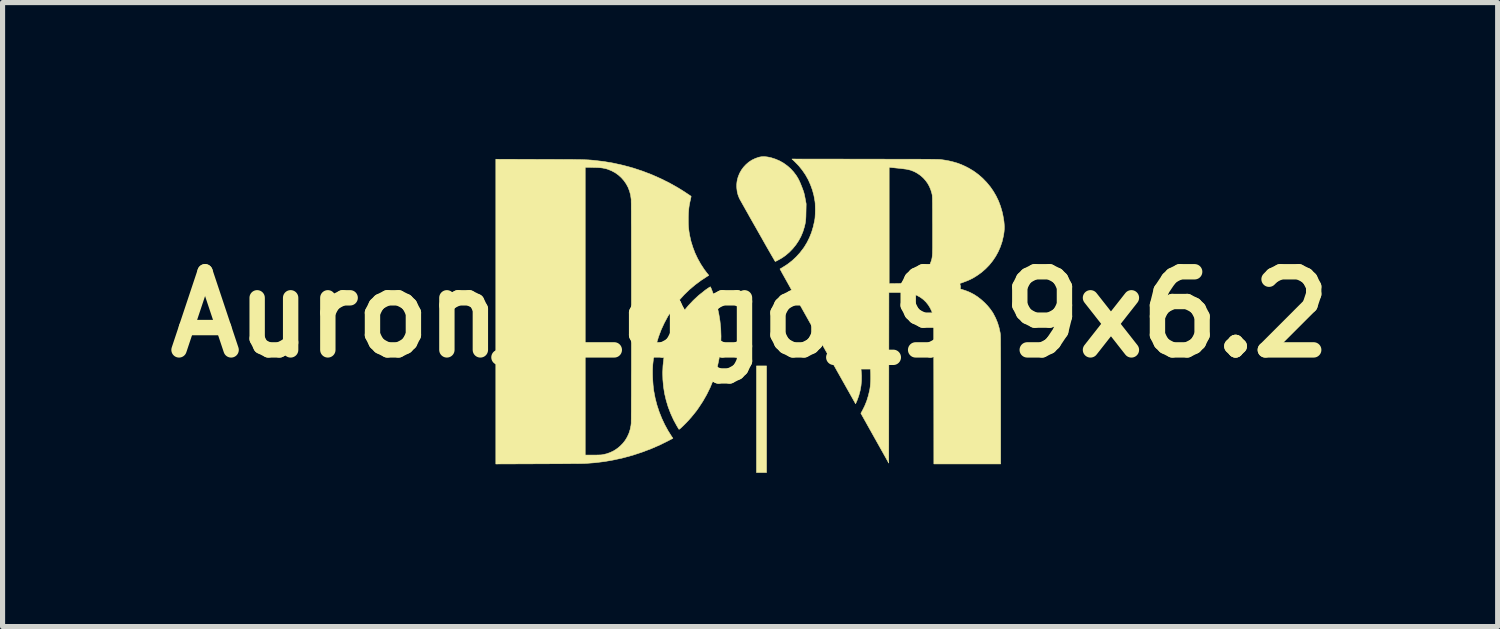
<source format=kicad_pcb>
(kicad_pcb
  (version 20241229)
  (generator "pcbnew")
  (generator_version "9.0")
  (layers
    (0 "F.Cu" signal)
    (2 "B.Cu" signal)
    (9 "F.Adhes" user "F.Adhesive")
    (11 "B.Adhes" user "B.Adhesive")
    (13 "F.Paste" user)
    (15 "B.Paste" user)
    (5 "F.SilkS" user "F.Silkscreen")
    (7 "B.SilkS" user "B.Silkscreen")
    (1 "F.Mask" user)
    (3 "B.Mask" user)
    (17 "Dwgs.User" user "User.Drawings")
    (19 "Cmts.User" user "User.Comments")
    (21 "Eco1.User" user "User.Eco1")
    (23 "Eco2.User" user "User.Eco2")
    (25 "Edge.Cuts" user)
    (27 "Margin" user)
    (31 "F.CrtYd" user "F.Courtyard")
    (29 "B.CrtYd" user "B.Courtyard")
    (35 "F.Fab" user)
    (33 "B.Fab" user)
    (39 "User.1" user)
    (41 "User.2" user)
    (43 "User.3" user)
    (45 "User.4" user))
  (footprint "Auron_Logo_9.9x6.2"
    (layer "F.Cu")
    (at 11.582 3.086)
    (property "Reference" "Auron_Logo_9.9x6.2" (at 0 0 0) (layer "F.SilkS") (effects (font (size 1.524 1.524) (thickness 0.3))))
    (attr through_hole)
    (fp_poly (pts (xy 0.321 3.082) (xy 0.125 3.082) (xy 0.125 1.002) (xy 0.321 1.002) (xy 0.321 3.082)) (stroke (width 0.01) (type solid)) (fill yes) (layer "F.SilkS"))
    (fp_poly (pts (xy -0.774 -0.541) (xy -0.77 -0.534) (xy -0.764 -0.52) (xy -0.755 -0.5) (xy -0.745 -0.474) (xy -0.734 -0.446) (xy -0.723 -0.415) (xy -0.711 -0.384) (xy -0.701 -0.354) (xy -0.691 -0.325) (xy -0.686 -0.312) (xy -0.644 -0.166) (xy -0.611 -0.019) (xy -0.587 0.128) (xy -0.572 0.276) (xy -0.567 0.424) (xy -0.571 0.572) (xy -0.584 0.719) (xy -0.606 0.865) (xy -0.636 1.009) (xy -0.676 1.151) (xy -0.724 1.291) (xy -0.781 1.428) (xy -0.847 1.562) (xy -0.922 1.693) (xy -1.005 1.819) (xy -1.042 1.872) (xy -1.088 1.93) (xy -1.138 1.991) (xy -1.191 2.052) (xy -1.246 2.111) (xy -1.3 2.165) (xy -1.343 2.206) (xy -1.362 2.223) (xy -1.375 2.233) (xy -1.384 2.238) (xy -1.388 2.237) (xy -1.389 2.237) (xy -1.393 2.231) (xy -1.401 2.218) (xy -1.411 2.2) (xy -1.423 2.18) (xy -1.426 2.176) (xy -1.492 2.055) (xy -1.549 1.93) (xy -1.598 1.802) (xy -1.637 1.672) (xy -1.668 1.54) (xy -1.689 1.406) (xy -1.701 1.272) (xy -1.705 1.136) (xy -1.699 1) (xy -1.684 0.865) (xy -1.659 0.73) (xy -1.626 0.596) (xy -1.608 0.537) (xy -1.56 0.405) (xy -1.505 0.279) (xy -1.441 0.157) (xy -1.369 0.04) (xy -1.29 -0.071) (xy -1.202 -0.177) (xy -1.107 -0.277) (xy -1.005 -0.372) (xy -0.894 -0.46) (xy -0.894 -0.461) (xy -0.866 -0.482) (xy -0.84 -0.5) (xy -0.816 -0.516) (xy -0.797 -0.529) (xy -0.783 -0.537) (xy -0.775 -0.541) (xy -0.774 -0.541)) (stroke (width 0.01) (type solid)) (fill yes) (layer "F.SilkS"))
    (fp_poly (pts (xy 0.3 -3.079) (xy 0.348 -3.073) (xy 0.402 -3.061) (xy 0.416 -3.058) (xy 0.496 -3.032) (xy 0.575 -2.998) (xy 0.65 -2.956) (xy 0.72 -2.906) (xy 0.786 -2.849) (xy 0.845 -2.786) (xy 0.897 -2.718) (xy 0.907 -2.703) (xy 0.923 -2.677) (xy 0.938 -2.651) (xy 0.952 -2.624) (xy 0.967 -2.593) (xy 0.982 -2.558) (xy 0.999 -2.516) (xy 1.014 -2.478) (xy 1.027 -2.444) (xy 1.037 -2.416) (xy 1.045 -2.392) (xy 1.052 -2.37) (xy 1.057 -2.348) (xy 1.063 -2.323) (xy 1.069 -2.292) (xy 1.074 -2.266) (xy 1.094 -2.159) (xy 1.091 -2.01) (xy 1.09 -1.958) (xy 1.089 -1.913) (xy 1.087 -1.875) (xy 1.084 -1.841) (xy 1.081 -1.811) (xy 1.076 -1.782) (xy 1.07 -1.753) (xy 1.063 -1.723) (xy 1.059 -1.708) (xy 1.03 -1.615) (xy 0.993 -1.526) (xy 0.947 -1.441) (xy 0.893 -1.36) (xy 0.832 -1.285) (xy 0.764 -1.215) (xy 0.69 -1.152) (xy 0.627 -1.108) (xy 0.61 -1.098) (xy 0.59 -1.086) (xy 0.568 -1.074) (xy 0.546 -1.062) (xy 0.525 -1.051) (xy 0.508 -1.042) (xy 0.495 -1.037) (xy 0.49 -1.035) (xy 0.488 -1.04) (xy 0.48 -1.052) (xy 0.469 -1.071) (xy 0.454 -1.097) (xy 0.435 -1.13) (xy 0.412 -1.169) (xy 0.387 -1.213) (xy 0.358 -1.263) (xy 0.327 -1.317) (xy 0.294 -1.375) (xy 0.259 -1.437) (xy 0.222 -1.503) (xy 0.183 -1.571) (xy 0.144 -1.64) (xy 0.104 -1.711) (xy 0.065 -1.779) (xy 0.027 -1.846) (xy -0.009 -1.909) (xy -0.042 -1.969) (xy -0.074 -2.025) (xy -0.103 -2.077) (xy -0.129 -2.123) (xy -0.152 -2.164) (xy -0.172 -2.2) (xy -0.188 -2.228) (xy -0.2 -2.25) (xy -0.208 -2.265) (xy -0.211 -2.271) (xy -0.235 -2.333) (xy -0.251 -2.395) (xy -0.259 -2.461) (xy -0.261 -2.502) (xy -0.26 -2.547) (xy -0.256 -2.586) (xy -0.25 -2.623) (xy -0.24 -2.661) (xy -0.232 -2.688) (xy -0.205 -2.755) (xy -0.17 -2.817) (xy -0.128 -2.875) (xy -0.079 -2.927) (xy -0.025 -2.974) (xy 0.035 -3.013) (xy 0.099 -3.044) (xy 0.167 -3.068) (xy 0.175 -3.07) (xy 0.216 -3.078) (xy 0.257 -3.081) (xy 0.3 -3.079)) (stroke (width 0.01) (type solid)) (fill yes) (layer "F.SilkS"))
    (fp_poly (pts (xy -4.108 -3.027) (xy -3.999 -3.027) (xy -3.9 -3.027) (xy -3.808 -3.026) (xy -3.725 -3.026) (xy -3.65 -3.026) (xy -3.581 -3.025) (xy -3.519 -3.025) (xy -3.464 -3.025) (xy -3.413 -3.024) (xy -3.368 -3.023) (xy -3.328 -3.023) (xy -3.292 -3.022) (xy -3.259 -3.021) (xy -3.229 -3.02) (xy -3.203 -3.019) (xy -3.178 -3.018) (xy -3.155 -3.017) (xy -3.133 -3.015) (xy -3.111 -3.014) (xy -3.09 -3.012) (xy -3.068 -3.01) (xy -3.046 -3.008) (xy -3.036 -3.007) (xy -2.844 -2.984) (xy -2.655 -2.951) (xy -2.467 -2.909) (xy -2.281 -2.858) (xy -2.099 -2.798) (xy -1.919 -2.729) (xy -1.743 -2.651) (xy -1.57 -2.565) (xy -1.402 -2.47) (xy -1.342 -2.433) (xy -1.322 -2.421) (xy -1.298 -2.405) (xy -1.272 -2.389) (xy -1.246 -2.371) (xy -1.22 -2.354) (xy -1.196 -2.338) (xy -1.176 -2.325) (xy -1.161 -2.314) (xy -1.152 -2.308) (xy -1.15 -2.307) (xy -1.151 -2.302) (xy -1.153 -2.289) (xy -1.157 -2.271) (xy -1.161 -2.251) (xy -1.175 -2.19) (xy -1.186 -2.134) (xy -1.194 -2.079) (xy -1.199 -2.023) (xy -1.203 -1.964) (xy -1.205 -1.9) (xy -1.205 -1.852) (xy -1.205 -1.802) (xy -1.204 -1.758) (xy -1.202 -1.72) (xy -1.199 -1.684) (xy -1.195 -1.649) (xy -1.19 -1.612) (xy -1.183 -1.57) (xy -1.179 -1.546) (xy -1.153 -1.429) (xy -1.117 -1.314) (xy -1.074 -1.2) (xy -1.022 -1.09) (xy -0.962 -0.983) (xy -0.896 -0.882) (xy -0.842 -0.81) (xy -0.805 -0.765) (xy -0.837 -0.745) (xy -0.959 -0.665) (xy -1.075 -0.578) (xy -1.185 -0.485) (xy -1.287 -0.386) (xy -1.382 -0.281) (xy -1.47 -0.171) (xy -1.527 -0.089) (xy -1.605 0.037) (xy -1.674 0.166) (xy -1.735 0.298) (xy -1.786 0.434) (xy -1.828 0.573) (xy -1.861 0.715) (xy -1.885 0.861) (xy -1.898 0.976) (xy -1.901 1.032) (xy -1.903 1.095) (xy -1.903 1.163) (xy -1.901 1.234) (xy -1.897 1.305) (xy -1.892 1.375) (xy -1.885 1.44) (xy -1.877 1.5) (xy -1.876 1.502) (xy -1.851 1.634) (xy -1.817 1.765) (xy -1.774 1.896) (xy -1.723 2.024) (xy -1.665 2.148) (xy -1.6 2.267) (xy -1.538 2.366) (xy -1.505 2.414) (xy -1.589 2.458) (xy -1.757 2.542) (xy -1.93 2.617) (xy -2.107 2.684) (xy -2.286 2.743) (xy -2.468 2.793) (xy -2.652 2.834) (xy -2.836 2.867) (xy -3.021 2.89) (xy -3.206 2.904) (xy -3.276 2.906) (xy -3.29 2.907) (xy -3.313 2.907) (xy -3.345 2.907) (xy -3.385 2.908) (xy -3.432 2.908) (xy -3.485 2.908) (xy -3.545 2.909) (xy -3.61 2.909) (xy -3.681 2.91) (xy -3.756 2.91) (xy -3.835 2.91) (xy -3.917 2.911) (xy -4.001 2.911) (xy -4.088 2.911) (xy -4.161 2.912) (xy -4.96 2.915) (xy -4.96 2.741) (xy -3.216 2.741) (xy -3.068 2.741) (xy -3.017 2.741) (xy -2.974 2.74) (xy -2.939 2.739) (xy -2.912 2.738) (xy -2.89 2.736) (xy -2.88 2.734) (xy -2.802 2.717) (xy -2.728 2.691) (xy -2.658 2.657) (xy -2.594 2.615) (xy -2.535 2.567) (xy -2.482 2.513) (xy -2.435 2.453) (xy -2.396 2.388) (xy -2.364 2.318) (xy -2.34 2.243) (xy -2.324 2.165) (xy -2.32 2.128) (xy -2.319 2.119) (xy -2.319 2.1) (xy -2.319 2.073) (xy -2.318 2.037) (xy -2.318 1.993) (xy -2.318 1.942) (xy -2.317 1.883) (xy -2.317 1.817) (xy -2.317 1.745) (xy -2.317 1.666) (xy -2.316 1.582) (xy -2.316 1.492) (xy -2.316 1.397) (xy -2.316 1.298) (xy -2.316 1.194) (xy -2.315 1.086) (xy -2.315 0.975) (xy -2.315 0.86) (xy -2.315 0.742) (xy -2.315 0.623) (xy -2.315 0.501) (xy -2.315 0.377) (xy -2.315 0.252) (xy -2.315 0.126) (xy -2.315 -0.00018) (xy -2.315 -0.127) (xy -2.315 -0.253) (xy -2.315 -0.379) (xy -2.315 -0.504) (xy -2.315 -0.628) (xy -2.315 -0.749) (xy -2.315 -0.869) (xy -2.315 -0.987) (xy -2.315 -1.101) (xy -2.315 -1.213) (xy -2.316 -1.32) (xy -2.316 -1.424) (xy -2.316 -1.524) (xy -2.316 -1.619) (xy -2.316 -1.708) (xy -2.317 -1.793) (xy -2.317 -1.871) (xy -2.317 -1.943) (xy -2.317 -2.009) (xy -2.318 -2.068) (xy -2.318 -2.119) (xy -2.318 -2.163) (xy -2.319 -2.198) (xy -2.319 -2.225) (xy -2.319 -2.243) (xy -2.32 -2.252) (xy -2.331 -2.332) (xy -2.352 -2.409) (xy -2.38 -2.482) (xy -2.417 -2.55) (xy -2.461 -2.613) (xy -2.511 -2.67) (xy -2.569 -2.722) (xy -2.632 -2.767) (xy -2.701 -2.804) (xy -2.775 -2.834) (xy -2.808 -2.844) (xy -2.842 -2.852) (xy -2.88 -2.859) (xy -2.921 -2.864) (xy -2.967 -2.867) (xy -3.02 -2.869) (xy -3.081 -2.87) (xy -3.109 -2.871) (xy -3.216 -2.871) (xy -3.216 2.741) (xy -4.96 2.741) (xy -4.96 -3.03) (xy -4.108 -3.027)) (stroke (width 0.01) (type solid)) (fill yes) (layer "F.SilkS"))
    (fp_poly (pts (xy 2.24 -3.032) (xy 2.389 -3.032) (xy 2.528 -3.032) (xy 2.657 -3.031) (xy 2.778 -3.031) (xy 2.891 -3.031) (xy 2.994 -3.031) (xy 3.09 -3.031) (xy 3.178 -3.03) (xy 3.258 -3.03) (xy 3.331 -3.03) (xy 3.397 -3.029) (xy 3.455 -3.029) (xy 3.507 -3.029) (xy 3.552 -3.028) (xy 3.592 -3.028) (xy 3.625 -3.027) (xy 3.652 -3.027) (xy 3.674 -3.026) (xy 3.691 -3.026) (xy 3.703 -3.025) (xy 3.709 -3.025) (xy 3.8 -3.012) (xy 3.882 -2.997) (xy 3.957 -2.979) (xy 4.027 -2.959) (xy 4.062 -2.948) (xy 4.167 -2.905) (xy 4.267 -2.855) (xy 4.363 -2.797) (xy 4.453 -2.731) (xy 4.537 -2.658) (xy 4.615 -2.577) (xy 4.687 -2.49) (xy 4.745 -2.406) (xy 4.8 -2.312) (xy 4.847 -2.214) (xy 4.886 -2.11) (xy 4.917 -2.004) (xy 4.931 -1.941) (xy 4.943 -1.875) (xy 4.952 -1.817) (xy 4.957 -1.764) (xy 4.96 -1.714) (xy 4.959 -1.666) (xy 4.955 -1.617) (xy 4.948 -1.567) (xy 4.94 -1.524) (xy 4.916 -1.421) (xy 4.882 -1.321) (xy 4.84 -1.225) (xy 4.79 -1.134) (xy 4.732 -1.048) (xy 4.667 -0.967) (xy 4.594 -0.892) (xy 4.515 -0.823) (xy 4.428 -0.761) (xy 4.367 -0.723) (xy 4.341 -0.708) (xy 4.315 -0.695) (xy 4.287 -0.681) (xy 4.258 -0.668) (xy 4.226 -0.655) (xy 4.189 -0.641) (xy 4.147 -0.625) (xy 4.099 -0.608) (xy 4.043 -0.59) (xy 3.991 -0.572) (xy 3.958 -0.561) (xy 3.93 -0.551) (xy 3.908 -0.543) (xy 3.892 -0.536) (xy 3.884 -0.532) (xy 3.883 -0.531) (xy 3.891 -0.529) (xy 3.905 -0.528) (xy 3.917 -0.527) (xy 3.964 -0.525) (xy 4.018 -0.517) (xy 4.075 -0.505) (xy 4.135 -0.489) (xy 4.195 -0.47) (xy 4.253 -0.448) (xy 4.296 -0.429) (xy 4.367 -0.392) (xy 4.438 -0.346) (xy 4.506 -0.293) (xy 4.571 -0.235) (xy 4.632 -0.172) (xy 4.686 -0.106) (xy 4.733 -0.039) (xy 4.745 -0.018) (xy 4.79 0.069) (xy 4.828 0.161) (xy 4.857 0.256) (xy 4.878 0.353) (xy 4.883 0.393) (xy 4.884 0.403) (xy 4.884 0.422) (xy 4.885 0.45) (xy 4.886 0.488) (xy 4.886 0.535) (xy 4.886 0.591) (xy 4.887 0.657) (xy 4.887 0.733) (xy 4.887 0.817) (xy 4.888 0.912) (xy 4.888 1.015) (xy 4.888 1.128) (xy 4.888 1.251) (xy 4.888 1.383) (xy 4.888 1.525) (xy 4.888 1.674) (xy 4.888 2.914) (xy 3.585 2.914) (xy 3.584 1.487) (xy 3.582 0.06) (xy 3.571 0.019) (xy 3.547 -0.056) (xy 3.515 -0.125) (xy 3.476 -0.188) (xy 3.43 -0.245) (xy 3.378 -0.295) (xy 3.319 -0.338) (xy 3.265 -0.368) (xy 3.235 -0.383) (xy 3.207 -0.395) (xy 3.178 -0.405) (xy 3.148 -0.413) (xy 3.116 -0.419) (xy 3.08 -0.424) (xy 3.039 -0.427) (xy 2.993 -0.429) (xy 2.94 -0.431) (xy 2.879 -0.431) (xy 2.861 -0.431) (xy 2.708 -0.431) (xy 2.705 2.897) (xy 2.433 2.412) (xy 2.161 1.926) (xy 2.188 1.879) (xy 2.235 1.785) (xy 2.275 1.687) (xy 2.307 1.583) (xy 2.333 1.474) (xy 2.337 1.45) (xy 2.343 1.41) (xy 2.347 1.363) (xy 2.351 1.312) (xy 2.353 1.257) (xy 2.353 1.203) (xy 2.352 1.151) (xy 2.351 1.125) (xy 2.347 1.064) (xy 2.163 1.064) (xy 2.167 1.094) (xy 2.174 1.191) (xy 2.173 1.29) (xy 2.164 1.389) (xy 2.146 1.488) (xy 2.12 1.584) (xy 2.087 1.676) (xy 2.072 1.71) (xy 2.058 1.74) (xy 1.318 0.426) (xy 1.26 0.322) (xy 1.202 0.22) (xy 1.146 0.12) (xy 1.092 0.023) (xy 1.039 -0.071) (xy 0.989 -0.161) (xy 0.94 -0.247) (xy 0.894 -0.33) (xy 0.85 -0.408) (xy 0.809 -0.481) (xy 0.771 -0.55) (xy 0.736 -0.613) (xy 0.704 -0.67) (xy 0.675 -0.722) (xy 0.65 -0.767) (xy 0.628 -0.806) (xy 0.611 -0.838) (xy 0.598 -0.862) (xy 0.588 -0.879) (xy 0.584 -0.888) (xy 0.583 -0.89) (xy 0.591 -0.894) (xy 0.605 -0.902) (xy 0.624 -0.913) (xy 0.646 -0.927) (xy 0.67 -0.942) (xy 0.694 -0.957) (xy 0.715 -0.971) (xy 0.733 -0.983) (xy 0.738 -0.987) (xy 0.822 -1.052) (xy 0.9 -1.125) (xy 0.973 -1.205) (xy 1.04 -1.292) (xy 1.058 -1.318) (xy 1.112 -1.407) (xy 1.159 -1.502) (xy 1.199 -1.602) (xy 1.231 -1.708) (xy 1.256 -1.818) (xy 1.264 -1.862) (xy 1.267 -1.888) (xy 1.269 -1.921) (xy 1.271 -1.96) (xy 1.272 -2.002) (xy 1.273 -2.046) (xy 1.272 -2.09) (xy 1.271 -2.13) (xy 1.27 -2.166) (xy 1.267 -2.196) (xy 1.266 -2.205) (xy 1.246 -2.318) (xy 1.217 -2.427) (xy 1.179 -2.532) (xy 1.134 -2.632) (xy 1.08 -2.728) (xy 1.018 -2.818) (xy 0.975 -2.871) (xy 2.713 -2.871) (xy 2.713 -0.603) (xy 2.872 -0.605) (xy 2.919 -0.606) (xy 2.957 -0.607) (xy 2.988 -0.608) (xy 3.013 -0.609) (xy 3.032 -0.61) (xy 3.048 -0.612) (xy 3.061 -0.614) (xy 3.067 -0.616) (xy 3.137 -0.636) (xy 3.205 -0.663) (xy 3.213 -0.667) (xy 3.278 -0.703) (xy 3.337 -0.746) (xy 3.391 -0.797) (xy 3.438 -0.854) (xy 3.479 -0.917) (xy 3.512 -0.984) (xy 3.531 -1.037) (xy 3.536 -1.051) (xy 3.54 -1.064) (xy 3.543 -1.076) (xy 3.546 -1.089) (xy 3.549 -1.102) (xy 3.551 -1.117) (xy 3.553 -1.133) (xy 3.555 -1.152) (xy 3.556 -1.174) (xy 3.558 -1.199) (xy 3.558 -1.228) (xy 3.559 -1.262) (xy 3.56 -1.301) (xy 3.56 -1.346) (xy 3.56 -1.397) (xy 3.56 -1.455) (xy 3.56 -1.52) (xy 3.56 -1.594) (xy 3.56 -1.676) (xy 3.56 -1.749) (xy 3.559 -1.835) (xy 3.559 -1.911) (xy 3.559 -1.979) (xy 3.559 -2.039) (xy 3.558 -2.091) (xy 3.558 -2.137) (xy 3.558 -2.176) (xy 3.557 -2.21) (xy 3.557 -2.238) (xy 3.557 -2.262) (xy 3.556 -2.282) (xy 3.555 -2.298) (xy 3.554 -2.311) (xy 3.554 -2.322) (xy 3.553 -2.331) (xy 3.551 -2.339) (xy 3.55 -2.345) (xy 3.549 -2.352) (xy 3.548 -2.355) (xy 3.526 -2.43) (xy 3.498 -2.498) (xy 3.463 -2.561) (xy 3.42 -2.619) (xy 3.379 -2.665) (xy 3.322 -2.715) (xy 3.261 -2.757) (xy 3.195 -2.792) (xy 3.126 -2.818) (xy 3.055 -2.834) (xy 3.055 -2.834) (xy 3.041 -2.837) (xy 3.019 -2.839) (xy 2.992 -2.843) (xy 2.96 -2.847) (xy 2.925 -2.851) (xy 2.889 -2.855) (xy 2.853 -2.858) (xy 2.819 -2.862) (xy 2.788 -2.865) (xy 2.761 -2.868) (xy 2.74 -2.87) (xy 2.727 -2.871) (xy 2.724 -2.871) (xy 2.713 -2.871) (xy 0.975 -2.871) (xy 0.949 -2.903) (xy 0.871 -2.983) (xy 0.869 -2.985) (xy 0.817 -3.034) (xy 2.24 -3.032)) (stroke (width 0.01) (type solid)) (fill yes) (layer "F.SilkS")))
  (gr_rect
    (start -3 -3)
    (end 26.165 9.172)
    (stroke (width 0.1) (type default))
    (fill no)
    (layer "Edge.Cuts")))
</source>
